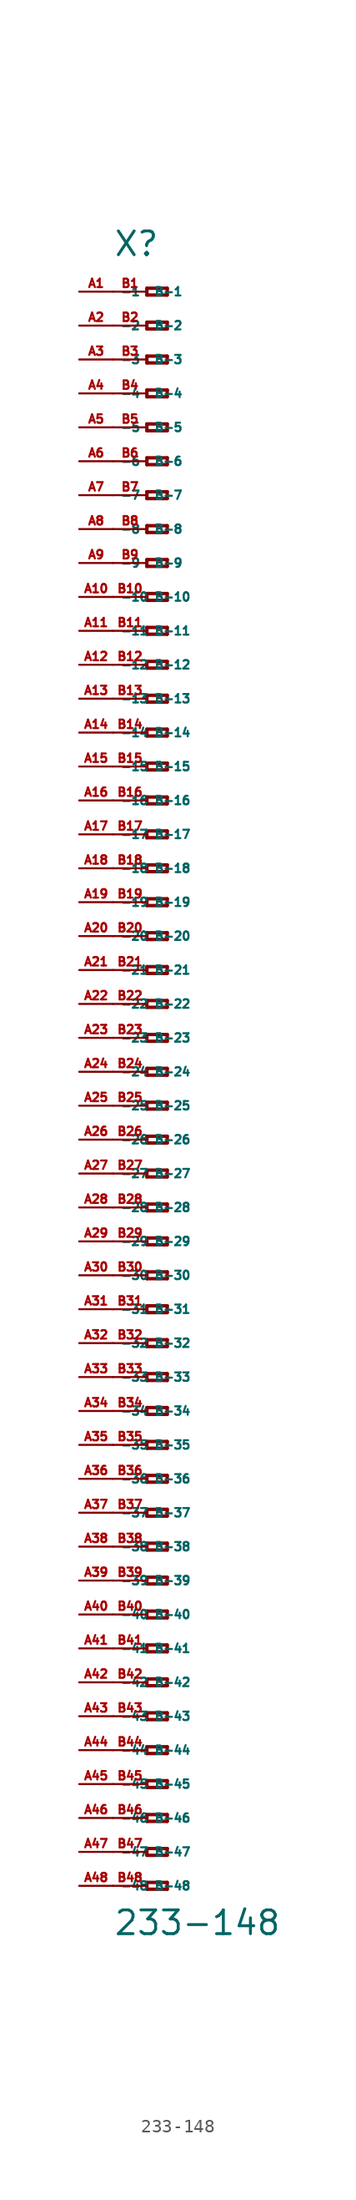
<source format=kicad_sym>
(kicad_symbol_lib
  (version 20220914)
  (generator Eagle2Kicad)
  (symbol "233-148"
    (property "Reference" "X"
      (at -5.08 60.96 0)
      (effects (font (size 1.778 1.778) (thickness 0.22)) (justify left bottom)))
    (property "Value" "233-148"
      (at -5.08 -64.77 0)
      (effects (font (size 1.778 1.778) (thickness 0.22)) (justify left bottom)))
    (polyline
      (pts (xy -2.54 58.674) (xy -2.54 58.166))
      (stroke (width 0.254) (type default))
      (fill (type none)))
    (polyline
      (pts (xy -2.54 58.166) (xy -1.016 58.166))
      (stroke (width 0.254) (type default))
      (fill (type none)))
    (polyline
      (pts (xy -1.016 58.166) (xy -1.016 58.674))
      (stroke (width 0.254) (type default))
      (fill (type none)))
    (polyline
      (pts (xy -1.016 58.674) (xy -2.54 58.674))
      (stroke (width 0.254) (type default))
      (fill (type none)))
    (polyline
      (pts (xy -2.54 56.134) (xy -2.54 55.626))
      (stroke (width 0.254) (type default))
      (fill (type none)))
    (polyline
      (pts (xy -2.54 55.626) (xy -1.016 55.626))
      (stroke (width 0.254) (type default))
      (fill (type none)))
    (polyline
      (pts (xy -1.016 55.626) (xy -1.016 56.134))
      (stroke (width 0.254) (type default))
      (fill (type none)))
    (polyline
      (pts (xy -1.016 56.134) (xy -2.54 56.134))
      (stroke (width 0.254) (type default))
      (fill (type none)))
    (polyline
      (pts (xy -2.54 53.594) (xy -2.54 53.086))
      (stroke (width 0.254) (type default))
      (fill (type none)))
    (polyline
      (pts (xy -2.54 53.086) (xy -1.016 53.086))
      (stroke (width 0.254) (type default))
      (fill (type none)))
    (polyline
      (pts (xy -1.016 53.086) (xy -1.016 53.594))
      (stroke (width 0.254) (type default))
      (fill (type none)))
    (polyline
      (pts (xy -1.016 53.594) (xy -2.54 53.594))
      (stroke (width 0.254) (type default))
      (fill (type none)))
    (polyline
      (pts (xy -2.54 51.054) (xy -2.54 50.546))
      (stroke (width 0.254) (type default))
      (fill (type none)))
    (polyline
      (pts (xy -2.54 50.546) (xy -1.016 50.546))
      (stroke (width 0.254) (type default))
      (fill (type none)))
    (polyline
      (pts (xy -1.016 50.546) (xy -1.016 51.054))
      (stroke (width 0.254) (type default))
      (fill (type none)))
    (polyline
      (pts (xy -1.016 51.054) (xy -2.54 51.054))
      (stroke (width 0.254) (type default))
      (fill (type none)))
    (polyline
      (pts (xy -2.54 48.514) (xy -2.54 48.006))
      (stroke (width 0.254) (type default))
      (fill (type none)))
    (polyline
      (pts (xy -2.54 48.006) (xy -1.016 48.006))
      (stroke (width 0.254) (type default))
      (fill (type none)))
    (polyline
      (pts (xy -1.016 48.006) (xy -1.016 48.514))
      (stroke (width 0.254) (type default))
      (fill (type none)))
    (polyline
      (pts (xy -1.016 48.514) (xy -2.54 48.514))
      (stroke (width 0.254) (type default))
      (fill (type none)))
    (polyline
      (pts (xy -2.54 45.974) (xy -2.54 45.466))
      (stroke (width 0.254) (type default))
      (fill (type none)))
    (polyline
      (pts (xy -2.54 45.466) (xy -1.016 45.466))
      (stroke (width 0.254) (type default))
      (fill (type none)))
    (polyline
      (pts (xy -1.016 45.466) (xy -1.016 45.974))
      (stroke (width 0.254) (type default))
      (fill (type none)))
    (polyline
      (pts (xy -1.016 45.974) (xy -2.54 45.974))
      (stroke (width 0.254) (type default))
      (fill (type none)))
    (polyline
      (pts (xy -2.54 43.434) (xy -2.54 42.926))
      (stroke (width 0.254) (type default))
      (fill (type none)))
    (polyline
      (pts (xy -2.54 42.926) (xy -1.016 42.926))
      (stroke (width 0.254) (type default))
      (fill (type none)))
    (polyline
      (pts (xy -1.016 42.926) (xy -1.016 43.434))
      (stroke (width 0.254) (type default))
      (fill (type none)))
    (polyline
      (pts (xy -1.016 43.434) (xy -2.54 43.434))
      (stroke (width 0.254) (type default))
      (fill (type none)))
    (polyline
      (pts (xy -2.54 40.894) (xy -2.54 40.386))
      (stroke (width 0.254) (type default))
      (fill (type none)))
    (polyline
      (pts (xy -2.54 40.386) (xy -1.016 40.386))
      (stroke (width 0.254) (type default))
      (fill (type none)))
    (polyline
      (pts (xy -1.016 40.386) (xy -1.016 40.894))
      (stroke (width 0.254) (type default))
      (fill (type none)))
    (polyline
      (pts (xy -1.016 40.894) (xy -2.54 40.894))
      (stroke (width 0.254) (type default))
      (fill (type none)))
    (polyline
      (pts (xy -2.54 38.354) (xy -2.54 37.846))
      (stroke (width 0.254) (type default))
      (fill (type none)))
    (polyline
      (pts (xy -2.54 37.846) (xy -1.016 37.846))
      (stroke (width 0.254) (type default))
      (fill (type none)))
    (polyline
      (pts (xy -1.016 37.846) (xy -1.016 38.354))
      (stroke (width 0.254) (type default))
      (fill (type none)))
    (polyline
      (pts (xy -1.016 38.354) (xy -2.54 38.354))
      (stroke (width 0.254) (type default))
      (fill (type none)))
    (polyline
      (pts (xy -2.54 35.814) (xy -2.54 35.306))
      (stroke (width 0.254) (type default))
      (fill (type none)))
    (polyline
      (pts (xy -2.54 35.306) (xy -1.016 35.306))
      (stroke (width 0.254) (type default))
      (fill (type none)))
    (polyline
      (pts (xy -1.016 35.306) (xy -1.016 35.814))
      (stroke (width 0.254) (type default))
      (fill (type none)))
    (polyline
      (pts (xy -1.016 35.814) (xy -2.54 35.814))
      (stroke (width 0.254) (type default))
      (fill (type none)))
    (polyline
      (pts (xy -2.54 33.274) (xy -2.54 32.766))
      (stroke (width 0.254) (type default))
      (fill (type none)))
    (polyline
      (pts (xy -2.54 32.766) (xy -1.016 32.766))
      (stroke (width 0.254) (type default))
      (fill (type none)))
    (polyline
      (pts (xy -1.016 32.766) (xy -1.016 33.274))
      (stroke (width 0.254) (type default))
      (fill (type none)))
    (polyline
      (pts (xy -1.016 33.274) (xy -2.54 33.274))
      (stroke (width 0.254) (type default))
      (fill (type none)))
    (polyline
      (pts (xy -2.54 30.734) (xy -2.54 30.226))
      (stroke (width 0.254) (type default))
      (fill (type none)))
    (polyline
      (pts (xy -2.54 30.226) (xy -1.016 30.226))
      (stroke (width 0.254) (type default))
      (fill (type none)))
    (polyline
      (pts (xy -1.016 30.226) (xy -1.016 30.734))
      (stroke (width 0.254) (type default))
      (fill (type none)))
    (polyline
      (pts (xy -1.016 30.734) (xy -2.54 30.734))
      (stroke (width 0.254) (type default))
      (fill (type none)))
    (polyline
      (pts (xy -2.54 28.194) (xy -2.54 27.686))
      (stroke (width 0.254) (type default))
      (fill (type none)))
    (polyline
      (pts (xy -2.54 27.686) (xy -1.016 27.686))
      (stroke (width 0.254) (type default))
      (fill (type none)))
    (polyline
      (pts (xy -1.016 27.686) (xy -1.016 28.194))
      (stroke (width 0.254) (type default))
      (fill (type none)))
    (polyline
      (pts (xy -1.016 28.194) (xy -2.54 28.194))
      (stroke (width 0.254) (type default))
      (fill (type none)))
    (polyline
      (pts (xy -2.54 25.654) (xy -2.54 25.146))
      (stroke (width 0.254) (type default))
      (fill (type none)))
    (polyline
      (pts (xy -2.54 25.146) (xy -1.016 25.146))
      (stroke (width 0.254) (type default))
      (fill (type none)))
    (polyline
      (pts (xy -1.016 25.146) (xy -1.016 25.654))
      (stroke (width 0.254) (type default))
      (fill (type none)))
    (polyline
      (pts (xy -1.016 25.654) (xy -2.54 25.654))
      (stroke (width 0.254) (type default))
      (fill (type none)))
    (polyline
      (pts (xy -2.54 23.114) (xy -2.54 22.606))
      (stroke (width 0.254) (type default))
      (fill (type none)))
    (polyline
      (pts (xy -2.54 22.606) (xy -1.016 22.606))
      (stroke (width 0.254) (type default))
      (fill (type none)))
    (polyline
      (pts (xy -1.016 22.606) (xy -1.016 23.114))
      (stroke (width 0.254) (type default))
      (fill (type none)))
    (polyline
      (pts (xy -1.016 23.114) (xy -2.54 23.114))
      (stroke (width 0.254) (type default))
      (fill (type none)))
    (polyline
      (pts (xy -2.54 20.574) (xy -2.54 20.066))
      (stroke (width 0.254) (type default))
      (fill (type none)))
    (polyline
      (pts (xy -2.54 20.066) (xy -1.016 20.066))
      (stroke (width 0.254) (type default))
      (fill (type none)))
    (polyline
      (pts (xy -1.016 20.066) (xy -1.016 20.574))
      (stroke (width 0.254) (type default))
      (fill (type none)))
    (polyline
      (pts (xy -1.016 20.574) (xy -2.54 20.574))
      (stroke (width 0.254) (type default))
      (fill (type none)))
    (polyline
      (pts (xy -2.54 18.034) (xy -2.54 17.526))
      (stroke (width 0.254) (type default))
      (fill (type none)))
    (polyline
      (pts (xy -2.54 17.526) (xy -1.016 17.526))
      (stroke (width 0.254) (type default))
      (fill (type none)))
    (polyline
      (pts (xy -1.016 17.526) (xy -1.016 18.034))
      (stroke (width 0.254) (type default))
      (fill (type none)))
    (polyline
      (pts (xy -1.016 18.034) (xy -2.54 18.034))
      (stroke (width 0.254) (type default))
      (fill (type none)))
    (polyline
      (pts (xy -2.54 15.494) (xy -2.54 14.986))
      (stroke (width 0.254) (type default))
      (fill (type none)))
    (polyline
      (pts (xy -2.54 14.986) (xy -1.016 14.986))
      (stroke (width 0.254) (type default))
      (fill (type none)))
    (polyline
      (pts (xy -1.016 14.986) (xy -1.016 15.494))
      (stroke (width 0.254) (type default))
      (fill (type none)))
    (polyline
      (pts (xy -1.016 15.494) (xy -2.54 15.494))
      (stroke (width 0.254) (type default))
      (fill (type none)))
    (polyline
      (pts (xy -2.54 12.954) (xy -2.54 12.446))
      (stroke (width 0.254) (type default))
      (fill (type none)))
    (polyline
      (pts (xy -2.54 12.446) (xy -1.016 12.446))
      (stroke (width 0.254) (type default))
      (fill (type none)))
    (polyline
      (pts (xy -1.016 12.446) (xy -1.016 12.954))
      (stroke (width 0.254) (type default))
      (fill (type none)))
    (polyline
      (pts (xy -1.016 12.954) (xy -2.54 12.954))
      (stroke (width 0.254) (type default))
      (fill (type none)))
    (polyline
      (pts (xy -2.54 10.414) (xy -2.54 9.906))
      (stroke (width 0.254) (type default))
      (fill (type none)))
    (polyline
      (pts (xy -2.54 9.906) (xy -1.016 9.906))
      (stroke (width 0.254) (type default))
      (fill (type none)))
    (polyline
      (pts (xy -1.016 9.906) (xy -1.016 10.414))
      (stroke (width 0.254) (type default))
      (fill (type none)))
    (polyline
      (pts (xy -1.016 10.414) (xy -2.54 10.414))
      (stroke (width 0.254) (type default))
      (fill (type none)))
    (polyline
      (pts (xy -2.54 7.874) (xy -2.54 7.366))
      (stroke (width 0.254) (type default))
      (fill (type none)))
    (polyline
      (pts (xy -2.54 7.366) (xy -1.016 7.366))
      (stroke (width 0.254) (type default))
      (fill (type none)))
    (polyline
      (pts (xy -1.016 7.366) (xy -1.016 7.874))
      (stroke (width 0.254) (type default))
      (fill (type none)))
    (polyline
      (pts (xy -1.016 7.874) (xy -2.54 7.874))
      (stroke (width 0.254) (type default))
      (fill (type none)))
    (polyline
      (pts (xy -2.54 5.334) (xy -2.54 4.826))
      (stroke (width 0.254) (type default))
      (fill (type none)))
    (polyline
      (pts (xy -2.54 4.826) (xy -1.016 4.826))
      (stroke (width 0.254) (type default))
      (fill (type none)))
    (polyline
      (pts (xy -1.016 4.826) (xy -1.016 5.334))
      (stroke (width 0.254) (type default))
      (fill (type none)))
    (polyline
      (pts (xy -1.016 5.334) (xy -2.54 5.334))
      (stroke (width 0.254) (type default))
      (fill (type none)))
    (polyline
      (pts (xy -2.54 2.794) (xy -2.54 2.286))
      (stroke (width 0.254) (type default))
      (fill (type none)))
    (polyline
      (pts (xy -2.54 2.286) (xy -1.016 2.286))
      (stroke (width 0.254) (type default))
      (fill (type none)))
    (polyline
      (pts (xy -1.016 2.286) (xy -1.016 2.794))
      (stroke (width 0.254) (type default))
      (fill (type none)))
    (polyline
      (pts (xy -1.016 2.794) (xy -2.54 2.794))
      (stroke (width 0.254) (type default))
      (fill (type none)))
    (polyline
      (pts (xy -2.54 0.254) (xy -2.54 -0.254))
      (stroke (width 0.254) (type default))
      (fill (type none)))
    (polyline
      (pts (xy -2.54 -0.254) (xy -1.016 -0.254))
      (stroke (width 0.254) (type default))
      (fill (type none)))
    (polyline
      (pts (xy -1.016 -0.254) (xy -1.016 0.254))
      (stroke (width 0.254) (type default))
      (fill (type none)))
    (polyline
      (pts (xy -1.016 0.254) (xy -2.54 0.254))
      (stroke (width 0.254) (type default))
      (fill (type none)))
    (polyline
      (pts (xy -2.54 -2.286) (xy -2.54 -2.794))
      (stroke (width 0.254) (type default))
      (fill (type none)))
    (polyline
      (pts (xy -2.54 -2.794) (xy -1.016 -2.794))
      (stroke (width 0.254) (type default))
      (fill (type none)))
    (polyline
      (pts (xy -1.016 -2.794) (xy -1.016 -2.286))
      (stroke (width 0.254) (type default))
      (fill (type none)))
    (polyline
      (pts (xy -1.016 -2.286) (xy -2.54 -2.286))
      (stroke (width 0.254) (type default))
      (fill (type none)))
    (polyline
      (pts (xy -2.54 -4.826) (xy -2.54 -5.334))
      (stroke (width 0.254) (type default))
      (fill (type none)))
    (polyline
      (pts (xy -2.54 -5.334) (xy -1.016 -5.334))
      (stroke (width 0.254) (type default))
      (fill (type none)))
    (polyline
      (pts (xy -1.016 -5.334) (xy -1.016 -4.826))
      (stroke (width 0.254) (type default))
      (fill (type none)))
    (polyline
      (pts (xy -1.016 -4.826) (xy -2.54 -4.826))
      (stroke (width 0.254) (type default))
      (fill (type none)))
    (polyline
      (pts (xy -2.54 -7.366) (xy -2.54 -7.874))
      (stroke (width 0.254) (type default))
      (fill (type none)))
    (polyline
      (pts (xy -2.54 -7.874) (xy -1.016 -7.874))
      (stroke (width 0.254) (type default))
      (fill (type none)))
    (polyline
      (pts (xy -1.016 -7.874) (xy -1.016 -7.366))
      (stroke (width 0.254) (type default))
      (fill (type none)))
    (polyline
      (pts (xy -1.016 -7.366) (xy -2.54 -7.366))
      (stroke (width 0.254) (type default))
      (fill (type none)))
    (polyline
      (pts (xy -2.54 -9.906) (xy -2.54 -10.414))
      (stroke (width 0.254) (type default))
      (fill (type none)))
    (polyline
      (pts (xy -2.54 -10.414) (xy -1.016 -10.414))
      (stroke (width 0.254) (type default))
      (fill (type none)))
    (polyline
      (pts (xy -1.016 -10.414) (xy -1.016 -9.906))
      (stroke (width 0.254) (type default))
      (fill (type none)))
    (polyline
      (pts (xy -1.016 -9.906) (xy -2.54 -9.906))
      (stroke (width 0.254) (type default))
      (fill (type none)))
    (polyline
      (pts (xy -2.54 -12.446) (xy -2.54 -12.954))
      (stroke (width 0.254) (type default))
      (fill (type none)))
    (polyline
      (pts (xy -2.54 -12.954) (xy -1.016 -12.954))
      (stroke (width 0.254) (type default))
      (fill (type none)))
    (polyline
      (pts (xy -1.016 -12.954) (xy -1.016 -12.446))
      (stroke (width 0.254) (type default))
      (fill (type none)))
    (polyline
      (pts (xy -1.016 -12.446) (xy -2.54 -12.446))
      (stroke (width 0.254) (type default))
      (fill (type none)))
    (polyline
      (pts (xy -2.54 -14.986) (xy -2.54 -15.494))
      (stroke (width 0.254) (type default))
      (fill (type none)))
    (polyline
      (pts (xy -2.54 -15.494) (xy -1.016 -15.494))
      (stroke (width 0.254) (type default))
      (fill (type none)))
    (polyline
      (pts (xy -1.016 -15.494) (xy -1.016 -14.986))
      (stroke (width 0.254) (type default))
      (fill (type none)))
    (polyline
      (pts (xy -1.016 -14.986) (xy -2.54 -14.986))
      (stroke (width 0.254) (type default))
      (fill (type none)))
    (polyline
      (pts (xy -2.54 -17.526) (xy -2.54 -18.034))
      (stroke (width 0.254) (type default))
      (fill (type none)))
    (polyline
      (pts (xy -2.54 -18.034) (xy -1.016 -18.034))
      (stroke (width 0.254) (type default))
      (fill (type none)))
    (polyline
      (pts (xy -1.016 -18.034) (xy -1.016 -17.526))
      (stroke (width 0.254) (type default))
      (fill (type none)))
    (polyline
      (pts (xy -1.016 -17.526) (xy -2.54 -17.526))
      (stroke (width 0.254) (type default))
      (fill (type none)))
    (polyline
      (pts (xy -2.54 -20.066) (xy -2.54 -20.574))
      (stroke (width 0.254) (type default))
      (fill (type none)))
    (polyline
      (pts (xy -2.54 -20.574) (xy -1.016 -20.574))
      (stroke (width 0.254) (type default))
      (fill (type none)))
    (polyline
      (pts (xy -1.016 -20.574) (xy -1.016 -20.066))
      (stroke (width 0.254) (type default))
      (fill (type none)))
    (polyline
      (pts (xy -1.016 -20.066) (xy -2.54 -20.066))
      (stroke (width 0.254) (type default))
      (fill (type none)))
    (polyline
      (pts (xy -2.54 -22.606) (xy -2.54 -23.114))
      (stroke (width 0.254) (type default))
      (fill (type none)))
    (polyline
      (pts (xy -2.54 -23.114) (xy -1.016 -23.114))
      (stroke (width 0.254) (type default))
      (fill (type none)))
    (polyline
      (pts (xy -1.016 -23.114) (xy -1.016 -22.606))
      (stroke (width 0.254) (type default))
      (fill (type none)))
    (polyline
      (pts (xy -1.016 -22.606) (xy -2.54 -22.606))
      (stroke (width 0.254) (type default))
      (fill (type none)))
    (polyline
      (pts (xy -2.54 -25.146) (xy -2.54 -25.654))
      (stroke (width 0.254) (type default))
      (fill (type none)))
    (polyline
      (pts (xy -2.54 -25.654) (xy -1.016 -25.654))
      (stroke (width 0.254) (type default))
      (fill (type none)))
    (polyline
      (pts (xy -1.016 -25.654) (xy -1.016 -25.146))
      (stroke (width 0.254) (type default))
      (fill (type none)))
    (polyline
      (pts (xy -1.016 -25.146) (xy -2.54 -25.146))
      (stroke (width 0.254) (type default))
      (fill (type none)))
    (polyline
      (pts (xy -2.54 -27.686) (xy -2.54 -28.194))
      (stroke (width 0.254) (type default))
      (fill (type none)))
    (polyline
      (pts (xy -2.54 -28.194) (xy -1.016 -28.194))
      (stroke (width 0.254) (type default))
      (fill (type none)))
    (polyline
      (pts (xy -1.016 -28.194) (xy -1.016 -27.686))
      (stroke (width 0.254) (type default))
      (fill (type none)))
    (polyline
      (pts (xy -1.016 -27.686) (xy -2.54 -27.686))
      (stroke (width 0.254) (type default))
      (fill (type none)))
    (polyline
      (pts (xy -2.54 -30.226) (xy -2.54 -30.734))
      (stroke (width 0.254) (type default))
      (fill (type none)))
    (polyline
      (pts (xy -2.54 -30.734) (xy -1.016 -30.734))
      (stroke (width 0.254) (type default))
      (fill (type none)))
    (polyline
      (pts (xy -1.016 -30.734) (xy -1.016 -30.226))
      (stroke (width 0.254) (type default))
      (fill (type none)))
    (polyline
      (pts (xy -1.016 -30.226) (xy -2.54 -30.226))
      (stroke (width 0.254) (type default))
      (fill (type none)))
    (polyline
      (pts (xy -2.54 -32.766) (xy -2.54 -33.274))
      (stroke (width 0.254) (type default))
      (fill (type none)))
    (polyline
      (pts (xy -2.54 -33.274) (xy -1.016 -33.274))
      (stroke (width 0.254) (type default))
      (fill (type none)))
    (polyline
      (pts (xy -1.016 -33.274) (xy -1.016 -32.766))
      (stroke (width 0.254) (type default))
      (fill (type none)))
    (polyline
      (pts (xy -1.016 -32.766) (xy -2.54 -32.766))
      (stroke (width 0.254) (type default))
      (fill (type none)))
    (polyline
      (pts (xy -2.54 -35.306) (xy -2.54 -35.814))
      (stroke (width 0.254) (type default))
      (fill (type none)))
    (polyline
      (pts (xy -2.54 -35.814) (xy -1.016 -35.814))
      (stroke (width 0.254) (type default))
      (fill (type none)))
    (polyline
      (pts (xy -1.016 -35.814) (xy -1.016 -35.306))
      (stroke (width 0.254) (type default))
      (fill (type none)))
    (polyline
      (pts (xy -1.016 -35.306) (xy -2.54 -35.306))
      (stroke (width 0.254) (type default))
      (fill (type none)))
    (polyline
      (pts (xy -2.54 -37.846) (xy -2.54 -38.354))
      (stroke (width 0.254) (type default))
      (fill (type none)))
    (polyline
      (pts (xy -2.54 -38.354) (xy -1.016 -38.354))
      (stroke (width 0.254) (type default))
      (fill (type none)))
    (polyline
      (pts (xy -1.016 -38.354) (xy -1.016 -37.846))
      (stroke (width 0.254) (type default))
      (fill (type none)))
    (polyline
      (pts (xy -1.016 -37.846) (xy -2.54 -37.846))
      (stroke (width 0.254) (type default))
      (fill (type none)))
    (polyline
      (pts (xy -2.54 -40.386) (xy -2.54 -40.894))
      (stroke (width 0.254) (type default))
      (fill (type none)))
    (polyline
      (pts (xy -2.54 -40.894) (xy -1.016 -40.894))
      (stroke (width 0.254) (type default))
      (fill (type none)))
    (polyline
      (pts (xy -1.016 -40.894) (xy -1.016 -40.386))
      (stroke (width 0.254) (type default))
      (fill (type none)))
    (polyline
      (pts (xy -1.016 -40.386) (xy -2.54 -40.386))
      (stroke (width 0.254) (type default))
      (fill (type none)))
    (polyline
      (pts (xy -2.54 -42.926) (xy -2.54 -43.434))
      (stroke (width 0.254) (type default))
      (fill (type none)))
    (polyline
      (pts (xy -2.54 -43.434) (xy -1.016 -43.434))
      (stroke (width 0.254) (type default))
      (fill (type none)))
    (polyline
      (pts (xy -1.016 -43.434) (xy -1.016 -42.926))
      (stroke (width 0.254) (type default))
      (fill (type none)))
    (polyline
      (pts (xy -1.016 -42.926) (xy -2.54 -42.926))
      (stroke (width 0.254) (type default))
      (fill (type none)))
    (polyline
      (pts (xy -2.54 -45.466) (xy -2.54 -45.974))
      (stroke (width 0.254) (type default))
      (fill (type none)))
    (polyline
      (pts (xy -2.54 -45.974) (xy -1.016 -45.974))
      (stroke (width 0.254) (type default))
      (fill (type none)))
    (polyline
      (pts (xy -1.016 -45.974) (xy -1.016 -45.466))
      (stroke (width 0.254) (type default))
      (fill (type none)))
    (polyline
      (pts (xy -1.016 -45.466) (xy -2.54 -45.466))
      (stroke (width 0.254) (type default))
      (fill (type none)))
    (polyline
      (pts (xy -2.54 -48.006) (xy -2.54 -48.514))
      (stroke (width 0.254) (type default))
      (fill (type none)))
    (polyline
      (pts (xy -2.54 -48.514) (xy -1.016 -48.514))
      (stroke (width 0.254) (type default))
      (fill (type none)))
    (polyline
      (pts (xy -1.016 -48.514) (xy -1.016 -48.006))
      (stroke (width 0.254) (type default))
      (fill (type none)))
    (polyline
      (pts (xy -1.016 -48.006) (xy -2.54 -48.006))
      (stroke (width 0.254) (type default))
      (fill (type none)))
    (polyline
      (pts (xy -2.54 -50.546) (xy -2.54 -51.054))
      (stroke (width 0.254) (type default))
      (fill (type none)))
    (polyline
      (pts (xy -2.54 -51.054) (xy -1.016 -51.054))
      (stroke (width 0.254) (type default))
      (fill (type none)))
    (polyline
      (pts (xy -1.016 -51.054) (xy -1.016 -50.546))
      (stroke (width 0.254) (type default))
      (fill (type none)))
    (polyline
      (pts (xy -1.016 -50.546) (xy -2.54 -50.546))
      (stroke (width 0.254) (type default))
      (fill (type none)))
    (polyline
      (pts (xy -2.54 -53.086) (xy -2.54 -53.594))
      (stroke (width 0.254) (type default))
      (fill (type none)))
    (polyline
      (pts (xy -2.54 -53.594) (xy -1.016 -53.594))
      (stroke (width 0.254) (type default))
      (fill (type none)))
    (polyline
      (pts (xy -1.016 -53.594) (xy -1.016 -53.086))
      (stroke (width 0.254) (type default))
      (fill (type none)))
    (polyline
      (pts (xy -1.016 -53.086) (xy -2.54 -53.086))
      (stroke (width 0.254) (type default))
      (fill (type none)))
    (polyline
      (pts (xy -2.54 -55.626) (xy -2.54 -56.134))
      (stroke (width 0.254) (type default))
      (fill (type none)))
    (polyline
      (pts (xy -2.54 -56.134) (xy -1.016 -56.134))
      (stroke (width 0.254) (type default))
      (fill (type none)))
    (polyline
      (pts (xy -1.016 -56.134) (xy -1.016 -55.626))
      (stroke (width 0.254) (type default))
      (fill (type none)))
    (polyline
      (pts (xy -1.016 -55.626) (xy -2.54 -55.626))
      (stroke (width 0.254) (type default))
      (fill (type none)))
    (polyline
      (pts (xy -2.54 -58.166) (xy -2.54 -58.674))
      (stroke (width 0.254) (type default))
      (fill (type none)))
    (polyline
      (pts (xy -2.54 -58.674) (xy -1.016 -58.674))
      (stroke (width 0.254) (type default))
      (fill (type none)))
    (polyline
      (pts (xy -1.016 -58.674) (xy -1.016 -58.166))
      (stroke (width 0.254) (type default))
      (fill (type none)))
    (polyline
      (pts (xy -1.016 -58.166) (xy -2.54 -58.166))
      (stroke (width 0.254) (type default))
      (fill (type none)))
    (polyline
      (pts (xy -2.54 -60.706) (xy -2.54 -61.214))
      (stroke (width 0.254) (type default))
      (fill (type none)))
    (polyline
      (pts (xy -2.54 -61.214) (xy -1.016 -61.214))
      (stroke (width 0.254) (type default))
      (fill (type none)))
    (polyline
      (pts (xy -1.016 -61.214) (xy -1.016 -60.706))
      (stroke (width 0.254) (type default))
      (fill (type none)))
    (polyline
      (pts (xy -1.016 -60.706) (xy -2.54 -60.706))
      (stroke (width 0.254) (type default))
      (fill (type none)))
    (pin passive line
      (at -7.62 58.42 0)
      (length 2.54)
      (name "-1" (effects (font (size 0.635 0.635) (thickness 0.08)) (justify left bottom)))
      (number "A1" (effects (font (size 0.635 0.635) (thickness 0.08)) (justify left bottom))))
    (pin passive line
      (at -7.62 55.88 0)
      (length 2.54)
      (name "-2" (effects (font (size 0.635 0.635) (thickness 0.08)) (justify left bottom)))
      (number "A2" (effects (font (size 0.635 0.635) (thickness 0.08)) (justify left bottom))))
    (pin passive line
      (at -7.62 53.34 0)
      (length 2.54)
      (name "-3" (effects (font (size 0.635 0.635) (thickness 0.08)) (justify left bottom)))
      (number "A3" (effects (font (size 0.635 0.635) (thickness 0.08)) (justify left bottom))))
    (pin passive line
      (at -7.62 50.8 0)
      (length 2.54)
      (name "-4" (effects (font (size 0.635 0.635) (thickness 0.08)) (justify left bottom)))
      (number "A4" (effects (font (size 0.635 0.635) (thickness 0.08)) (justify left bottom))))
    (pin passive line
      (at -7.62 48.26 0)
      (length 2.54)
      (name "-5" (effects (font (size 0.635 0.635) (thickness 0.08)) (justify left bottom)))
      (number "A5" (effects (font (size 0.635 0.635) (thickness 0.08)) (justify left bottom))))
    (pin passive line
      (at -7.62 45.72 0)
      (length 2.54)
      (name "-6" (effects (font (size 0.635 0.635) (thickness 0.08)) (justify left bottom)))
      (number "A6" (effects (font (size 0.635 0.635) (thickness 0.08)) (justify left bottom))))
    (pin passive line
      (at -7.62 43.18 0)
      (length 2.54)
      (name "-7" (effects (font (size 0.635 0.635) (thickness 0.08)) (justify left bottom)))
      (number "A7" (effects (font (size 0.635 0.635) (thickness 0.08)) (justify left bottom))))
    (pin passive line
      (at -7.62 40.64 0)
      (length 2.54)
      (name "-8" (effects (font (size 0.635 0.635) (thickness 0.08)) (justify left bottom)))
      (number "A8" (effects (font (size 0.635 0.635) (thickness 0.08)) (justify left bottom))))
    (pin passive line
      (at -7.62 38.1 0)
      (length 2.54)
      (name "-9" (effects (font (size 0.635 0.635) (thickness 0.08)) (justify left bottom)))
      (number "A9" (effects (font (size 0.635 0.635) (thickness 0.08)) (justify left bottom))))
    (pin passive line
      (at -7.62 35.56 0)
      (length 2.54)
      (name "-10" (effects (font (size 0.635 0.635) (thickness 0.08)) (justify left bottom)))
      (number "A10" (effects (font (size 0.635 0.635) (thickness 0.08)) (justify left bottom))))
    (pin passive line
      (at -7.62 33.02 0)
      (length 2.54)
      (name "-11" (effects (font (size 0.635 0.635) (thickness 0.08)) (justify left bottom)))
      (number "A11" (effects (font (size 0.635 0.635) (thickness 0.08)) (justify left bottom))))
    (pin passive line
      (at -7.62 30.48 0)
      (length 2.54)
      (name "-12" (effects (font (size 0.635 0.635) (thickness 0.08)) (justify left bottom)))
      (number "A12" (effects (font (size 0.635 0.635) (thickness 0.08)) (justify left bottom))))
    (pin passive line
      (at -7.62 27.94 0)
      (length 2.54)
      (name "-13" (effects (font (size 0.635 0.635) (thickness 0.08)) (justify left bottom)))
      (number "A13" (effects (font (size 0.635 0.635) (thickness 0.08)) (justify left bottom))))
    (pin passive line
      (at -7.62 25.4 0)
      (length 2.54)
      (name "-14" (effects (font (size 0.635 0.635) (thickness 0.08)) (justify left bottom)))
      (number "A14" (effects (font (size 0.635 0.635) (thickness 0.08)) (justify left bottom))))
    (pin passive line
      (at -7.62 22.86 0)
      (length 2.54)
      (name "-15" (effects (font (size 0.635 0.635) (thickness 0.08)) (justify left bottom)))
      (number "A15" (effects (font (size 0.635 0.635) (thickness 0.08)) (justify left bottom))))
    (pin passive line
      (at -7.62 20.32 0)
      (length 2.54)
      (name "-16" (effects (font (size 0.635 0.635) (thickness 0.08)) (justify left bottom)))
      (number "A16" (effects (font (size 0.635 0.635) (thickness 0.08)) (justify left bottom))))
    (pin passive line
      (at -7.62 17.78 0)
      (length 2.54)
      (name "-17" (effects (font (size 0.635 0.635) (thickness 0.08)) (justify left bottom)))
      (number "A17" (effects (font (size 0.635 0.635) (thickness 0.08)) (justify left bottom))))
    (pin passive line
      (at -7.62 15.24 0)
      (length 2.54)
      (name "-18" (effects (font (size 0.635 0.635) (thickness 0.08)) (justify left bottom)))
      (number "A18" (effects (font (size 0.635 0.635) (thickness 0.08)) (justify left bottom))))
    (pin passive line
      (at -7.62 12.7 0)
      (length 2.54)
      (name "-19" (effects (font (size 0.635 0.635) (thickness 0.08)) (justify left bottom)))
      (number "A19" (effects (font (size 0.635 0.635) (thickness 0.08)) (justify left bottom))))
    (pin passive line
      (at -7.62 10.16 0)
      (length 2.54)
      (name "-20" (effects (font (size 0.635 0.635) (thickness 0.08)) (justify left bottom)))
      (number "A20" (effects (font (size 0.635 0.635) (thickness 0.08)) (justify left bottom))))
    (pin passive line
      (at -7.62 7.62 0)
      (length 2.54)
      (name "-21" (effects (font (size 0.635 0.635) (thickness 0.08)) (justify left bottom)))
      (number "A21" (effects (font (size 0.635 0.635) (thickness 0.08)) (justify left bottom))))
    (pin passive line
      (at -7.62 5.08 0)
      (length 2.54)
      (name "-22" (effects (font (size 0.635 0.635) (thickness 0.08)) (justify left bottom)))
      (number "A22" (effects (font (size 0.635 0.635) (thickness 0.08)) (justify left bottom))))
    (pin passive line
      (at -7.62 2.54 0)
      (length 2.54)
      (name "-23" (effects (font (size 0.635 0.635) (thickness 0.08)) (justify left bottom)))
      (number "A23" (effects (font (size 0.635 0.635) (thickness 0.08)) (justify left bottom))))
    (pin passive line
      (at -7.62 0 0)
      (length 2.54)
      (name "-24" (effects (font (size 0.635 0.635) (thickness 0.08)) (justify left bottom)))
      (number "A24" (effects (font (size 0.635 0.635) (thickness 0.08)) (justify left bottom))))
    (pin passive line
      (at -7.62 -2.54 0)
      (length 2.54)
      (name "-25" (effects (font (size 0.635 0.635) (thickness 0.08)) (justify left bottom)))
      (number "A25" (effects (font (size 0.635 0.635) (thickness 0.08)) (justify left bottom))))
    (pin passive line
      (at -7.62 -5.08 0)
      (length 2.54)
      (name "-26" (effects (font (size 0.635 0.635) (thickness 0.08)) (justify left bottom)))
      (number "A26" (effects (font (size 0.635 0.635) (thickness 0.08)) (justify left bottom))))
    (pin passive line
      (at -7.62 -7.62 0)
      (length 2.54)
      (name "-27" (effects (font (size 0.635 0.635) (thickness 0.08)) (justify left bottom)))
      (number "A27" (effects (font (size 0.635 0.635) (thickness 0.08)) (justify left bottom))))
    (pin passive line
      (at -7.62 -10.16 0)
      (length 2.54)
      (name "-28" (effects (font (size 0.635 0.635) (thickness 0.08)) (justify left bottom)))
      (number "A28" (effects (font (size 0.635 0.635) (thickness 0.08)) (justify left bottom))))
    (pin passive line
      (at -7.62 -12.7 0)
      (length 2.54)
      (name "-29" (effects (font (size 0.635 0.635) (thickness 0.08)) (justify left bottom)))
      (number "A29" (effects (font (size 0.635 0.635) (thickness 0.08)) (justify left bottom))))
    (pin passive line
      (at -7.62 -15.24 0)
      (length 2.54)
      (name "-30" (effects (font (size 0.635 0.635) (thickness 0.08)) (justify left bottom)))
      (number "A30" (effects (font (size 0.635 0.635) (thickness 0.08)) (justify left bottom))))
    (pin passive line
      (at -7.62 -17.78 0)
      (length 2.54)
      (name "-31" (effects (font (size 0.635 0.635) (thickness 0.08)) (justify left bottom)))
      (number "A31" (effects (font (size 0.635 0.635) (thickness 0.08)) (justify left bottom))))
    (pin passive line
      (at -7.62 -20.32 0)
      (length 2.54)
      (name "-32" (effects (font (size 0.635 0.635) (thickness 0.08)) (justify left bottom)))
      (number "A32" (effects (font (size 0.635 0.635) (thickness 0.08)) (justify left bottom))))
    (pin passive line
      (at -7.62 -22.86 0)
      (length 2.54)
      (name "-33" (effects (font (size 0.635 0.635) (thickness 0.08)) (justify left bottom)))
      (number "A33" (effects (font (size 0.635 0.635) (thickness 0.08)) (justify left bottom))))
    (pin passive line
      (at -7.62 -25.4 0)
      (length 2.54)
      (name "-34" (effects (font (size 0.635 0.635) (thickness 0.08)) (justify left bottom)))
      (number "A34" (effects (font (size 0.635 0.635) (thickness 0.08)) (justify left bottom))))
    (pin passive line
      (at -7.62 -27.94 0)
      (length 2.54)
      (name "-35" (effects (font (size 0.635 0.635) (thickness 0.08)) (justify left bottom)))
      (number "A35" (effects (font (size 0.635 0.635) (thickness 0.08)) (justify left bottom))))
    (pin passive line
      (at -7.62 -30.48 0)
      (length 2.54)
      (name "-36" (effects (font (size 0.635 0.635) (thickness 0.08)) (justify left bottom)))
      (number "A36" (effects (font (size 0.635 0.635) (thickness 0.08)) (justify left bottom))))
    (pin passive line
      (at -7.62 -33.02 0)
      (length 2.54)
      (name "-37" (effects (font (size 0.635 0.635) (thickness 0.08)) (justify left bottom)))
      (number "A37" (effects (font (size 0.635 0.635) (thickness 0.08)) (justify left bottom))))
    (pin passive line
      (at -7.62 -35.56 0)
      (length 2.54)
      (name "-38" (effects (font (size 0.635 0.635) (thickness 0.08)) (justify left bottom)))
      (number "A38" (effects (font (size 0.635 0.635) (thickness 0.08)) (justify left bottom))))
    (pin passive line
      (at -7.62 -38.1 0)
      (length 2.54)
      (name "-39" (effects (font (size 0.635 0.635) (thickness 0.08)) (justify left bottom)))
      (number "A39" (effects (font (size 0.635 0.635) (thickness 0.08)) (justify left bottom))))
    (pin passive line
      (at -7.62 -40.64 0)
      (length 2.54)
      (name "-40" (effects (font (size 0.635 0.635) (thickness 0.08)) (justify left bottom)))
      (number "A40" (effects (font (size 0.635 0.635) (thickness 0.08)) (justify left bottom))))
    (pin passive line
      (at -7.62 -43.18 0)
      (length 2.54)
      (name "-41" (effects (font (size 0.635 0.635) (thickness 0.08)) (justify left bottom)))
      (number "A41" (effects (font (size 0.635 0.635) (thickness 0.08)) (justify left bottom))))
    (pin passive line
      (at -7.62 -45.72 0)
      (length 2.54)
      (name "-42" (effects (font (size 0.635 0.635) (thickness 0.08)) (justify left bottom)))
      (number "A42" (effects (font (size 0.635 0.635) (thickness 0.08)) (justify left bottom))))
    (pin passive line
      (at -7.62 -48.26 0)
      (length 2.54)
      (name "-43" (effects (font (size 0.635 0.635) (thickness 0.08)) (justify left bottom)))
      (number "A43" (effects (font (size 0.635 0.635) (thickness 0.08)) (justify left bottom))))
    (pin passive line
      (at -7.62 -50.8 0)
      (length 2.54)
      (name "-44" (effects (font (size 0.635 0.635) (thickness 0.08)) (justify left bottom)))
      (number "A44" (effects (font (size 0.635 0.635) (thickness 0.08)) (justify left bottom))))
    (pin passive line
      (at -7.62 -53.34 0)
      (length 2.54)
      (name "-45" (effects (font (size 0.635 0.635) (thickness 0.08)) (justify left bottom)))
      (number "A45" (effects (font (size 0.635 0.635) (thickness 0.08)) (justify left bottom))))
    (pin passive line
      (at -7.62 -55.88 0)
      (length 2.54)
      (name "-46" (effects (font (size 0.635 0.635) (thickness 0.08)) (justify left bottom)))
      (number "A46" (effects (font (size 0.635 0.635) (thickness 0.08)) (justify left bottom))))
    (pin passive line
      (at -7.62 -58.42 0)
      (length 2.54)
      (name "-47" (effects (font (size 0.635 0.635) (thickness 0.08)) (justify left bottom)))
      (number "A47" (effects (font (size 0.635 0.635) (thickness 0.08)) (justify left bottom))))
    (pin passive line
      (at -7.62 -60.96 0)
      (length 2.54)
      (name "-48" (effects (font (size 0.635 0.635) (thickness 0.08)) (justify left bottom)))
      (number "A48" (effects (font (size 0.635 0.635) (thickness 0.08)) (justify left bottom))))
    (pin passive line
      (at -5.08 -60.96 0)
      (length 2.54)
      (name "B-48" (effects (font (size 0.635 0.635) (thickness 0.08)) (justify left bottom)))
      (number "B48" (effects (font (size 0.635 0.635) (thickness 0.08)) (justify left bottom))))
    (pin passive line
      (at -5.08 58.42 0)
      (length 2.54)
      (name "B-1" (effects (font (size 0.635 0.635) (thickness 0.08)) (justify left bottom)))
      (number "B1" (effects (font (size 0.635 0.635) (thickness 0.08)) (justify left bottom))))
    (pin passive line
      (at -5.08 55.88 0)
      (length 2.54)
      (name "B-2" (effects (font (size 0.635 0.635) (thickness 0.08)) (justify left bottom)))
      (number "B2" (effects (font (size 0.635 0.635) (thickness 0.08)) (justify left bottom))))
    (pin passive line
      (at -5.08 53.34 0)
      (length 2.54)
      (name "B-3" (effects (font (size 0.635 0.635) (thickness 0.08)) (justify left bottom)))
      (number "B3" (effects (font (size 0.635 0.635) (thickness 0.08)) (justify left bottom))))
    (pin passive line
      (at -5.08 50.8 0)
      (length 2.54)
      (name "B-4" (effects (font (size 0.635 0.635) (thickness 0.08)) (justify left bottom)))
      (number "B4" (effects (font (size 0.635 0.635) (thickness 0.08)) (justify left bottom))))
    (pin passive line
      (at -5.08 48.26 0)
      (length 2.54)
      (name "B-5" (effects (font (size 0.635 0.635) (thickness 0.08)) (justify left bottom)))
      (number "B5" (effects (font (size 0.635 0.635) (thickness 0.08)) (justify left bottom))))
    (pin passive line
      (at -5.08 45.72 0)
      (length 2.54)
      (name "B-6" (effects (font (size 0.635 0.635) (thickness 0.08)) (justify left bottom)))
      (number "B6" (effects (font (size 0.635 0.635) (thickness 0.08)) (justify left bottom))))
    (pin passive line
      (at -5.08 43.18 0)
      (length 2.54)
      (name "B-7" (effects (font (size 0.635 0.635) (thickness 0.08)) (justify left bottom)))
      (number "B7" (effects (font (size 0.635 0.635) (thickness 0.08)) (justify left bottom))))
    (pin passive line
      (at -5.08 40.64 0)
      (length 2.54)
      (name "B-8" (effects (font (size 0.635 0.635) (thickness 0.08)) (justify left bottom)))
      (number "B8" (effects (font (size 0.635 0.635) (thickness 0.08)) (justify left bottom))))
    (pin passive line
      (at -5.08 38.1 0)
      (length 2.54)
      (name "B-9" (effects (font (size 0.635 0.635) (thickness 0.08)) (justify left bottom)))
      (number "B9" (effects (font (size 0.635 0.635) (thickness 0.08)) (justify left bottom))))
    (pin passive line
      (at -5.08 35.56 0)
      (length 2.54)
      (name "B-10" (effects (font (size 0.635 0.635) (thickness 0.08)) (justify left bottom)))
      (number "B10" (effects (font (size 0.635 0.635) (thickness 0.08)) (justify left bottom))))
    (pin passive line
      (at -5.08 33.02 0)
      (length 2.54)
      (name "B-11" (effects (font (size 0.635 0.635) (thickness 0.08)) (justify left bottom)))
      (number "B11" (effects (font (size 0.635 0.635) (thickness 0.08)) (justify left bottom))))
    (pin passive line
      (at -5.08 30.48 0)
      (length 2.54)
      (name "B-12" (effects (font (size 0.635 0.635) (thickness 0.08)) (justify left bottom)))
      (number "B12" (effects (font (size 0.635 0.635) (thickness 0.08)) (justify left bottom))))
    (pin passive line
      (at -5.08 27.94 0)
      (length 2.54)
      (name "B-13" (effects (font (size 0.635 0.635) (thickness 0.08)) (justify left bottom)))
      (number "B13" (effects (font (size 0.635 0.635) (thickness 0.08)) (justify left bottom))))
    (pin passive line
      (at -5.08 25.4 0)
      (length 2.54)
      (name "B-14" (effects (font (size 0.635 0.635) (thickness 0.08)) (justify left bottom)))
      (number "B14" (effects (font (size 0.635 0.635) (thickness 0.08)) (justify left bottom))))
    (pin passive line
      (at -5.08 22.86 0)
      (length 2.54)
      (name "B-15" (effects (font (size 0.635 0.635) (thickness 0.08)) (justify left bottom)))
      (number "B15" (effects (font (size 0.635 0.635) (thickness 0.08)) (justify left bottom))))
    (pin passive line
      (at -5.08 20.32 0)
      (length 2.54)
      (name "B-16" (effects (font (size 0.635 0.635) (thickness 0.08)) (justify left bottom)))
      (number "B16" (effects (font (size 0.635 0.635) (thickness 0.08)) (justify left bottom))))
    (pin passive line
      (at -5.08 17.78 0)
      (length 2.54)
      (name "B-17" (effects (font (size 0.635 0.635) (thickness 0.08)) (justify left bottom)))
      (number "B17" (effects (font (size 0.635 0.635) (thickness 0.08)) (justify left bottom))))
    (pin passive line
      (at -5.08 15.24 0)
      (length 2.54)
      (name "B-18" (effects (font (size 0.635 0.635) (thickness 0.08)) (justify left bottom)))
      (number "B18" (effects (font (size 0.635 0.635) (thickness 0.08)) (justify left bottom))))
    (pin passive line
      (at -5.08 12.7 0)
      (length 2.54)
      (name "B-19" (effects (font (size 0.635 0.635) (thickness 0.08)) (justify left bottom)))
      (number "B19" (effects (font (size 0.635 0.635) (thickness 0.08)) (justify left bottom))))
    (pin passive line
      (at -5.08 10.16 0)
      (length 2.54)
      (name "B-20" (effects (font (size 0.635 0.635) (thickness 0.08)) (justify left bottom)))
      (number "B20" (effects (font (size 0.635 0.635) (thickness 0.08)) (justify left bottom))))
    (pin passive line
      (at -5.08 7.62 0)
      (length 2.54)
      (name "B-21" (effects (font (size 0.635 0.635) (thickness 0.08)) (justify left bottom)))
      (number "B21" (effects (font (size 0.635 0.635) (thickness 0.08)) (justify left bottom))))
    (pin passive line
      (at -5.08 5.08 0)
      (length 2.54)
      (name "B-22" (effects (font (size 0.635 0.635) (thickness 0.08)) (justify left bottom)))
      (number "B22" (effects (font (size 0.635 0.635) (thickness 0.08)) (justify left bottom))))
    (pin passive line
      (at -5.08 2.54 0)
      (length 2.54)
      (name "B-23" (effects (font (size 0.635 0.635) (thickness 0.08)) (justify left bottom)))
      (number "B23" (effects (font (size 0.635 0.635) (thickness 0.08)) (justify left bottom))))
    (pin passive line
      (at -5.08 0 0)
      (length 2.54)
      (name "B-24" (effects (font (size 0.635 0.635) (thickness 0.08)) (justify left bottom)))
      (number "B24" (effects (font (size 0.635 0.635) (thickness 0.08)) (justify left bottom))))
    (pin passive line
      (at -5.08 -2.54 0)
      (length 2.54)
      (name "B-25" (effects (font (size 0.635 0.635) (thickness 0.08)) (justify left bottom)))
      (number "B25" (effects (font (size 0.635 0.635) (thickness 0.08)) (justify left bottom))))
    (pin passive line
      (at -5.08 -5.08 0)
      (length 2.54)
      (name "B-26" (effects (font (size 0.635 0.635) (thickness 0.08)) (justify left bottom)))
      (number "B26" (effects (font (size 0.635 0.635) (thickness 0.08)) (justify left bottom))))
    (pin passive line
      (at -5.08 -7.62 0)
      (length 2.54)
      (name "B-27" (effects (font (size 0.635 0.635) (thickness 0.08)) (justify left bottom)))
      (number "B27" (effects (font (size 0.635 0.635) (thickness 0.08)) (justify left bottom))))
    (pin passive line
      (at -5.08 -10.16 0)
      (length 2.54)
      (name "B-28" (effects (font (size 0.635 0.635) (thickness 0.08)) (justify left bottom)))
      (number "B28" (effects (font (size 0.635 0.635) (thickness 0.08)) (justify left bottom))))
    (pin passive line
      (at -5.08 -12.7 0)
      (length 2.54)
      (name "B-29" (effects (font (size 0.635 0.635) (thickness 0.08)) (justify left bottom)))
      (number "B29" (effects (font (size 0.635 0.635) (thickness 0.08)) (justify left bottom))))
    (pin passive line
      (at -5.08 -15.24 0)
      (length 2.54)
      (name "B-30" (effects (font (size 0.635 0.635) (thickness 0.08)) (justify left bottom)))
      (number "B30" (effects (font (size 0.635 0.635) (thickness 0.08)) (justify left bottom))))
    (pin passive line
      (at -5.08 -17.78 0)
      (length 2.54)
      (name "B-31" (effects (font (size 0.635 0.635) (thickness 0.08)) (justify left bottom)))
      (number "B31" (effects (font (size 0.635 0.635) (thickness 0.08)) (justify left bottom))))
    (pin passive line
      (at -5.08 -20.32 0)
      (length 2.54)
      (name "B-32" (effects (font (size 0.635 0.635) (thickness 0.08)) (justify left bottom)))
      (number "B32" (effects (font (size 0.635 0.635) (thickness 0.08)) (justify left bottom))))
    (pin passive line
      (at -5.08 -22.86 0)
      (length 2.54)
      (name "B-33" (effects (font (size 0.635 0.635) (thickness 0.08)) (justify left bottom)))
      (number "B33" (effects (font (size 0.635 0.635) (thickness 0.08)) (justify left bottom))))
    (pin passive line
      (at -5.08 -25.4 0)
      (length 2.54)
      (name "B-34" (effects (font (size 0.635 0.635) (thickness 0.08)) (justify left bottom)))
      (number "B34" (effects (font (size 0.635 0.635) (thickness 0.08)) (justify left bottom))))
    (pin passive line
      (at -5.08 -27.94 0)
      (length 2.54)
      (name "B-35" (effects (font (size 0.635 0.635) (thickness 0.08)) (justify left bottom)))
      (number "B35" (effects (font (size 0.635 0.635) (thickness 0.08)) (justify left bottom))))
    (pin passive line
      (at -5.08 -30.48 0)
      (length 2.54)
      (name "B-36" (effects (font (size 0.635 0.635) (thickness 0.08)) (justify left bottom)))
      (number "B36" (effects (font (size 0.635 0.635) (thickness 0.08)) (justify left bottom))))
    (pin passive line
      (at -5.08 -33.02 0)
      (length 2.54)
      (name "B-37" (effects (font (size 0.635 0.635) (thickness 0.08)) (justify left bottom)))
      (number "B37" (effects (font (size 0.635 0.635) (thickness 0.08)) (justify left bottom))))
    (pin passive line
      (at -5.08 -35.56 0)
      (length 2.54)
      (name "B-38" (effects (font (size 0.635 0.635) (thickness 0.08)) (justify left bottom)))
      (number "B38" (effects (font (size 0.635 0.635) (thickness 0.08)) (justify left bottom))))
    (pin passive line
      (at -5.08 -38.1 0)
      (length 2.54)
      (name "B-39" (effects (font (size 0.635 0.635) (thickness 0.08)) (justify left bottom)))
      (number "B39" (effects (font (size 0.635 0.635) (thickness 0.08)) (justify left bottom))))
    (pin passive line
      (at -5.08 -40.64 0)
      (length 2.54)
      (name "B-40" (effects (font (size 0.635 0.635) (thickness 0.08)) (justify left bottom)))
      (number "B40" (effects (font (size 0.635 0.635) (thickness 0.08)) (justify left bottom))))
    (pin passive line
      (at -5.08 -43.18 0)
      (length 2.54)
      (name "B-41" (effects (font (size 0.635 0.635) (thickness 0.08)) (justify left bottom)))
      (number "B41" (effects (font (size 0.635 0.635) (thickness 0.08)) (justify left bottom))))
    (pin passive line
      (at -5.08 -45.72 0)
      (length 2.54)
      (name "B-42" (effects (font (size 0.635 0.635) (thickness 0.08)) (justify left bottom)))
      (number "B42" (effects (font (size 0.635 0.635) (thickness 0.08)) (justify left bottom))))
    (pin passive line
      (at -5.08 -48.26 0)
      (length 2.54)
      (name "B-43" (effects (font (size 0.635 0.635) (thickness 0.08)) (justify left bottom)))
      (number "B43" (effects (font (size 0.635 0.635) (thickness 0.08)) (justify left bottom))))
    (pin passive line
      (at -5.08 -50.8 0)
      (length 2.54)
      (name "B-44" (effects (font (size 0.635 0.635) (thickness 0.08)) (justify left bottom)))
      (number "B44" (effects (font (size 0.635 0.635) (thickness 0.08)) (justify left bottom))))
    (pin passive line
      (at -5.08 -53.34 0)
      (length 2.54)
      (name "B-45" (effects (font (size 0.635 0.635) (thickness 0.08)) (justify left bottom)))
      (number "B45" (effects (font (size 0.635 0.635) (thickness 0.08)) (justify left bottom))))
    (pin passive line
      (at -5.08 -55.88 0)
      (length 2.54)
      (name "B-46" (effects (font (size 0.635 0.635) (thickness 0.08)) (justify left bottom)))
      (number "B46" (effects (font (size 0.635 0.635) (thickness 0.08)) (justify left bottom))))
    (pin passive line
      (at -5.08 -58.42 0)
      (length 2.54)
      (name "B-47" (effects (font (size 0.635 0.635) (thickness 0.08)) (justify left bottom)))
      (number "B47" (effects (font (size 0.635 0.635) (thickness 0.08)) (justify left bottom))))))
</source>
